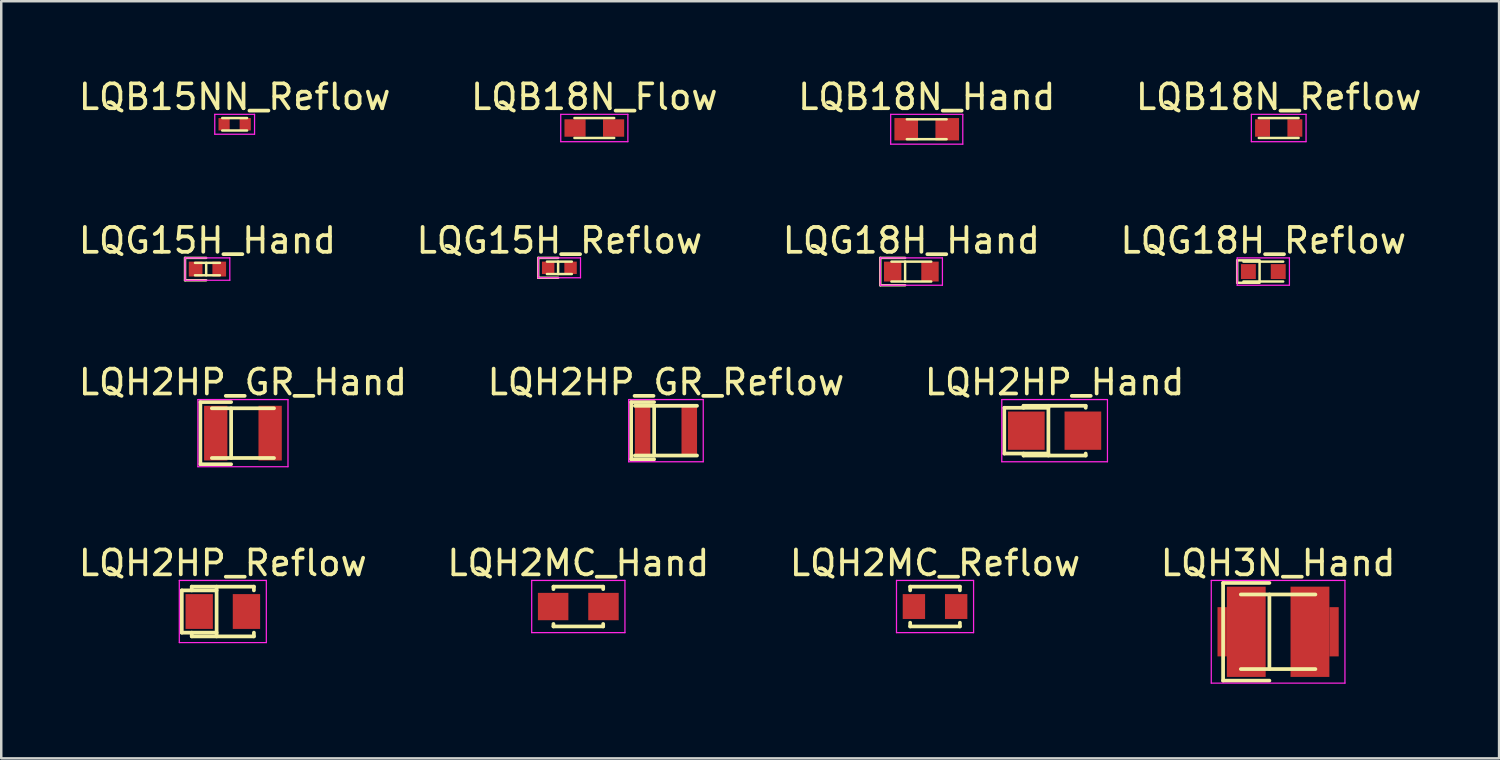
<source format=kicad_pcb>
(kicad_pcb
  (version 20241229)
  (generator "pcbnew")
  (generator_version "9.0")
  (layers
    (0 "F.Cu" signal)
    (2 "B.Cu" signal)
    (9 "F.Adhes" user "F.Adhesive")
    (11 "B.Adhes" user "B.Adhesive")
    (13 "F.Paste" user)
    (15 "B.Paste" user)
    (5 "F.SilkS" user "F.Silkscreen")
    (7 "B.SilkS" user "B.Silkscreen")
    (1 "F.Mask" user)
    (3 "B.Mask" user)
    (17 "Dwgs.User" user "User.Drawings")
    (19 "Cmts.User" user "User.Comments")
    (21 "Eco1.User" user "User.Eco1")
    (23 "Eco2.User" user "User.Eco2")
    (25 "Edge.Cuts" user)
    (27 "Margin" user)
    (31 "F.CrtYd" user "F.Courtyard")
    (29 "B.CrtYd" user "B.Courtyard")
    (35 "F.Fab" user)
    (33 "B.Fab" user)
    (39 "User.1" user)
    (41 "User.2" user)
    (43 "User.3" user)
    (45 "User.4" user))
  (footprint "LQH2MC_Hand"
    (layer "F.Cu")
    (at 20.208 21.343)
    (property "Reference" "LQH2MC_Hand" (at 0 -1.75 0) (layer "F.SilkS") (effects (font (size 1 1) (thickness 0.15))))
    (attr smd)
    (fp_line (start -1 -0.8) (end -1 -0.7) (stroke (width 0.15) (type solid)) (layer "F.SilkS"))
    (fp_line (start -1 -0.8) (end 1 -0.8) (stroke (width 0.15) (type solid)) (layer "F.SilkS"))
    (fp_line (start -1 0.7) (end -1 0.8) (stroke (width 0.15) (type solid)) (layer "F.SilkS"))
    (fp_line (start -1 0.8) (end 1 0.8) (stroke (width 0.15) (type solid)) (layer "F.SilkS"))
    (fp_line (start 1 -0.8) (end 1 -0.7) (stroke (width 0.15) (type solid)) (layer "F.SilkS"))
    (fp_line (start 1 0.7) (end 1 0.8) (stroke (width 0.15) (type solid)) (layer "F.SilkS"))
    (fp_line (start -1.875 -1.05) (end -1.875 1.05) (stroke (width 0.05) (type solid)) (layer "F.CrtYd"))
    (fp_line (start -1.875 -1.05) (end 1.875 -1.05) (stroke (width 0.05) (type solid)) (layer "F.CrtYd"))
    (fp_line (start -1.875 1.05) (end 1.875 1.05) (stroke (width 0.05) (type solid)) (layer "F.CrtYd"))
    (fp_line (start 1.875 -1.05) (end 1.875 1.05) (stroke (width 0.05) (type solid)) (layer "F.CrtYd"))
    (pad "1" smd rect (at -1.012 0) (size 1.225 1.1) (layers "F.Cu" "F.Mask" "F.Paste"))
    (pad "2" smd rect (at 1.012 0) (size 1.225 1.1) (layers "F.Cu" "F.Mask" "F.Paste")))
  (footprint "LQH2HP_Hand"
    (layer "F.Cu")
    (at 39.363 14.27)
    (property "Reference" "LQH2HP_Hand" (at 0 -1.95 0) (layer "F.SilkS") (effects (font (size 1 1) (thickness 0.15))))
    (attr smd)
    (fp_line (start -2.025 -0.92) (end -0.25 -0.92) (stroke (width 0.15) (type solid)) (layer "F.SilkS"))
    (fp_line (start -2.025 0.92) (end -2.025 -0.92) (stroke (width 0.15) (type solid)) (layer "F.SilkS"))
    (fp_line (start -2.025 0.92) (end -0.25 0.92) (stroke (width 0.15) (type solid)) (layer "F.SilkS"))
    (fp_line (start -1.25 -1) (end -1.25 -0.92) (stroke (width 0.15) (type solid)) (layer "F.SilkS"))
    (fp_line (start -1.25 -1) (end 1.25 -1) (stroke (width 0.15) (type solid)) (layer "F.SilkS"))
    (fp_line (start -1.25 0.92) (end -1.25 1) (stroke (width 0.15) (type solid)) (layer "F.SilkS"))
    (fp_line (start -1.25 1) (end 1.25 1) (stroke (width 0.15) (type solid)) (layer "F.SilkS"))
    (fp_line (start -0.25 -1) (end -0.25 1) (stroke (width 0.15) (type solid)) (layer "F.SilkS"))
    (fp_line (start 1.25 -1) (end 1.25 -0.92) (stroke (width 0.15) (type solid)) (layer "F.SilkS"))
    (fp_line (start 1.25 0.92) (end 1.25 1) (stroke (width 0.15) (type solid)) (layer "F.SilkS"))
    (fp_line (start -2.125 -1.25) (end -2.125 1.25) (stroke (width 0.05) (type solid)) (layer "F.CrtYd"))
    (fp_line (start -2.125 -1.25) (end 2.125 -1.25) (stroke (width 0.05) (type solid)) (layer "F.CrtYd"))
    (fp_line (start -2.125 1.25) (end 2.125 1.25) (stroke (width 0.05) (type solid)) (layer "F.CrtYd"))
    (fp_line (start 2.125 -1.25) (end 2.125 1.25) (stroke (width 0.05) (type solid)) (layer "F.CrtYd"))
    (pad "1" smd rect (at -1.137 0) (size 1.475 1.54) (layers "F.Cu" "F.Mask" "F.Paste"))
    (pad "2" smd rect (at 1.137 0) (size 1.475 1.54) (layers "F.Cu" "F.Mask" "F.Paste")))
  (footprint "LQB15NN_Reflow"
    (layer "F.Cu")
    (at 6.387 1.948)
    (property "Reference" "LQB15NN_Reflow" (at 0 -1.1 0) (layer "F.SilkS") (effects (font (size 1 1) (thickness 0.15))))
    (attr smd)
    (fp_line (start -0.5 -0.25) (end 0.5 -0.25) (stroke (width 0.1) (type solid)) (layer "F.SilkS"))
    (fp_line (start -0.5 0.25) (end 0.5 0.25) (stroke (width 0.1) (type solid)) (layer "F.SilkS"))
    (fp_line (start -0.8 -0.4) (end -0.8 0.4) (stroke (width 0.05) (type solid)) (layer "F.CrtYd"))
    (fp_line (start -0.8 -0.4) (end 0.8 -0.4) (stroke (width 0.05) (type solid)) (layer "F.CrtYd"))
    (fp_line (start -0.8 0.4) (end 0.8 0.4) (stroke (width 0.05) (type solid)) (layer "F.CrtYd"))
    (fp_line (start 0.8 -0.4) (end 0.8 0.4) (stroke (width 0.05) (type solid)) (layer "F.CrtYd"))
    (pad "1" smd rect (at -0.425 0) (size 0.45 0.5) (layers "F.Cu" "F.Mask" "F.Paste"))
    (pad "2" smd rect (at 0.425 0) (size 0.45 0.5) (layers "F.Cu" "F.Mask" "F.Paste")))
  (footprint "LQB18N_Hand"
    (layer "F.Cu")
    (at 34.22 2.148)
    (property "Reference" "LQB18N_Hand" (at 0 -1.3 0) (layer "F.SilkS") (effects (font (size 1 1) (thickness 0.15))))
    (attr smd)
    (fp_line (start -0.8 -0.4) (end 0.8 -0.4) (stroke (width 0.1) (type solid)) (layer "F.SilkS"))
    (fp_line (start -0.8 0.4) (end 0.8 0.4) (stroke (width 0.1) (type solid)) (layer "F.SilkS"))
    (fp_line (start -1.45 -0.6) (end -1.45 0.6) (stroke (width 0.05) (type solid)) (layer "F.CrtYd"))
    (fp_line (start -1.45 -0.6) (end 1.45 -0.6) (stroke (width 0.05) (type solid)) (layer "F.CrtYd"))
    (fp_line (start -1.45 0.6) (end 1.45 0.6) (stroke (width 0.05) (type solid)) (layer "F.CrtYd"))
    (fp_line (start 1.45 -0.6) (end 1.45 0.6) (stroke (width 0.05) (type solid)) (layer "F.CrtYd"))
    (pad "1" smd rect (at -0.825 0) (size 0.95 0.9) (layers "F.Cu" "F.Mask" "F.Paste"))
    (pad "2" smd rect (at 0.825 0) (size 0.95 0.9) (layers "F.Cu" "F.Mask" "F.Paste")))
  (footprint "LQG18H_Reflow"
    (layer "F.Cu")
    (at 47.756 7.872)
    (property "Reference" "LQG18H_Reflow" (at 0 -1.25 0) (layer "F.SilkS") (effects (font (size 1 1) (thickness 0.15))))
    (attr smd)
    (fp_line (start -1.05 -0.45) (end -0.15 -0.45) (stroke (width 0.1) (type solid)) (layer "F.SilkS"))
    (fp_line (start -1.05 0.45) (end -1.05 -0.45) (stroke (width 0.1) (type solid)) (layer "F.SilkS"))
    (fp_line (start -1.05 0.45) (end -0.15 0.45) (stroke (width 0.1) (type solid)) (layer "F.SilkS"))
    (fp_line (start -0.8 -0.4) (end 0.8 -0.4) (stroke (width 0.1) (type solid)) (layer "F.SilkS"))
    (fp_line (start -0.8 0.4) (end 0.8 0.4) (stroke (width 0.1) (type solid)) (layer "F.SilkS"))
    (fp_line (start -0.15 -0.4) (end -0.15 0.4) (stroke (width 0.1) (type solid)) (layer "F.SilkS"))
    (fp_line (start -1.05 -0.55) (end -1.05 0.55) (stroke (width 0.05) (type solid)) (layer "F.CrtYd"))
    (fp_line (start -1.05 -0.55) (end 1.05 -0.55) (stroke (width 0.05) (type solid)) (layer "F.CrtYd"))
    (fp_line (start -1.05 0.55) (end 1.05 0.55) (stroke (width 0.05) (type solid)) (layer "F.CrtYd"))
    (fp_line (start 1.05 -0.55) (end 1.05 0.55) (stroke (width 0.05) (type solid)) (layer "F.CrtYd"))
    (pad "1" smd rect (at -0.6 0) (size 0.6 0.6) (layers "F.Cu" "F.Mask" "F.Paste"))
    (pad "2" smd rect (at 0.6 0) (size 0.6 0.6) (layers "F.Cu" "F.Mask" "F.Paste")))
  (footprint "LQH2HP_GR_Hand"
    (layer "F.Cu")
    (at 6.72 14.37)
    (property "Reference" "LQH2HP_GR_Hand" (at 0 -2.05 0) (layer "F.SilkS") (effects (font (size 1 1) (thickness 0.15))))
    (attr smd)
    (fp_line (start -1.712 -1.25) (end -0.475 -1.25) (stroke (width 0.15) (type solid)) (layer "F.SilkS"))
    (fp_line (start -1.712 1.25) (end -1.712 -1.25) (stroke (width 0.15) (type solid)) (layer "F.SilkS"))
    (fp_line (start -1.712 1.25) (end -0.475 1.25) (stroke (width 0.15) (type solid)) (layer "F.SilkS"))
    (fp_line (start -1.25 -1) (end 1.25 -1) (stroke (width 0.15) (type solid)) (layer "F.SilkS"))
    (fp_line (start -1.25 1) (end 1.25 1) (stroke (width 0.15) (type solid)) (layer "F.SilkS"))
    (fp_line (start -0.475 -1) (end -0.475 1) (stroke (width 0.15) (type solid)) (layer "F.SilkS"))
    (fp_line (start -1.812 -1.35) (end -1.812 1.35) (stroke (width 0.05) (type solid)) (layer "F.CrtYd"))
    (fp_line (start -1.812 -1.35) (end 1.812 -1.35) (stroke (width 0.05) (type solid)) (layer "F.CrtYd"))
    (fp_line (start -1.812 1.35) (end 1.812 1.35) (stroke (width 0.05) (type solid)) (layer "F.CrtYd"))
    (fp_line (start 1.812 -1.35) (end 1.812 1.35) (stroke (width 0.05) (type solid)) (layer "F.CrtYd"))
    (pad "1" smd rect (at -1.094 0) (size 0.938 2.2) (layers "F.Cu" "F.Mask" "F.Paste"))
    (pad "2" smd rect (at 1.094 0) (size 0.938 2.2) (layers "F.Cu" "F.Mask" "F.Paste")))
  (footprint "LQH2HP_Reflow"
    (layer "F.Cu")
    (at 5.911 21.543)
    (property "Reference" "LQH2HP_Reflow" (at 0 -1.95 0) (layer "F.SilkS") (effects (font (size 1 1) (thickness 0.15))))
    (attr smd)
    (fp_line (start -1.65 -0.85) (end -0.25 -0.85) (stroke (width 0.15) (type solid)) (layer "F.SilkS"))
    (fp_line (start -1.65 0.85) (end -1.65 -0.85) (stroke (width 0.15) (type solid)) (layer "F.SilkS"))
    (fp_line (start -1.65 0.85) (end -0.25 0.85) (stroke (width 0.15) (type solid)) (layer "F.SilkS"))
    (fp_line (start -1.25 -1) (end -1.25 -0.85) (stroke (width 0.15) (type solid)) (layer "F.SilkS"))
    (fp_line (start -1.25 -1) (end 1.25 -1) (stroke (width 0.15) (type solid)) (layer "F.SilkS"))
    (fp_line (start -1.25 0.85) (end -1.25 1) (stroke (width 0.15) (type solid)) (layer "F.SilkS"))
    (fp_line (start -1.25 1) (end 1.25 1) (stroke (width 0.15) (type solid)) (layer "F.SilkS"))
    (fp_line (start -0.25 -1) (end -0.25 1) (stroke (width 0.15) (type solid)) (layer "F.SilkS"))
    (fp_line (start 1.25 -1) (end 1.25 -0.85) (stroke (width 0.15) (type solid)) (layer "F.SilkS"))
    (fp_line (start 1.25 0.85) (end 1.25 1) (stroke (width 0.15) (type solid)) (layer "F.SilkS"))
    (fp_line (start -1.75 -1.25) (end -1.75 1.25) (stroke (width 0.05) (type solid)) (layer "F.CrtYd"))
    (fp_line (start -1.75 -1.25) (end 1.75 -1.25) (stroke (width 0.05) (type solid)) (layer "F.CrtYd"))
    (fp_line (start -1.75 1.25) (end 1.75 1.25) (stroke (width 0.05) (type solid)) (layer "F.CrtYd"))
    (fp_line (start 1.75 -1.25) (end 1.75 1.25) (stroke (width 0.05) (type solid)) (layer "F.CrtYd"))
    (pad "1" smd rect (at -0.95 0) (size 1.1 1.4) (layers "F.Cu" "F.Mask" "F.Paste"))
    (pad "2" smd rect (at 0.95 0) (size 1.1 1.4) (layers "F.Cu" "F.Mask" "F.Paste")))
  (footprint "LQB18N_Reflow"
    (layer "F.Cu")
    (at 48.375 2.098)
    (property "Reference" "LQB18N_Reflow" (at 0 -1.25 0) (layer "F.SilkS") (effects (font (size 1 1) (thickness 0.15))))
    (attr smd)
    (fp_line (start -0.8 -0.4) (end 0.8 -0.4) (stroke (width 0.1) (type solid)) (layer "F.SilkS"))
    (fp_line (start -0.8 0.4) (end 0.8 0.4) (stroke (width 0.1) (type solid)) (layer "F.SilkS"))
    (fp_line (start -1.1 -0.55) (end -1.1 0.55) (stroke (width 0.05) (type solid)) (layer "F.CrtYd"))
    (fp_line (start -1.1 -0.55) (end 1.1 -0.55) (stroke (width 0.05) (type solid)) (layer "F.CrtYd"))
    (fp_line (start -1.1 0.55) (end 1.1 0.55) (stroke (width 0.05) (type solid)) (layer "F.CrtYd"))
    (fp_line (start 1.1 -0.55) (end 1.1 0.55) (stroke (width 0.05) (type solid)) (layer "F.CrtYd"))
    (pad "1" smd rect (at -0.65 0) (size 0.6 0.7) (layers "F.Cu" "F.Mask" "F.Paste"))
    (pad "2" smd rect (at 0.65 0) (size 0.6 0.7) (layers "F.Cu" "F.Mask" "F.Paste")))
  (footprint "LQH3N_Hand"
    (layer "F.Cu")
    (at 48.351 22.358)
    (property "Reference" "LQH3N_Hand" (at 0 -2.765 0) (layer "F.SilkS") (effects (font (size 1 1) (thickness 0.15))))
    (attr smd)
    (fp_line (start -2.212 -1.965) (end -0.35 -1.965) (stroke (width 0.15) (type solid)) (layer "F.SilkS"))
    (fp_line (start -2.212 1.965) (end -2.212 -1.965) (stroke (width 0.15) (type solid)) (layer "F.SilkS"))
    (fp_line (start -2.212 1.965) (end -0.35 1.965) (stroke (width 0.15) (type solid)) (layer "F.SilkS"))
    (fp_line (start -1.5 -1.5) (end 1.5 -1.5) (stroke (width 0.15) (type solid)) (layer "F.SilkS"))
    (fp_line (start -1.5 1.5) (end 1.5 1.5) (stroke (width 0.15) (type solid)) (layer "F.SilkS"))
    (fp_line (start -0.35 -1.5) (end -0.35 1.5) (stroke (width 0.15) (type solid)) (layer "F.SilkS"))
    (fp_line (start -2.688 -2.065) (end -2.688 2.065) (stroke (width 0.05) (type solid)) (layer "F.CrtYd"))
    (fp_line (start -2.688 -2.065) (end 2.688 -2.065) (stroke (width 0.05) (type solid)) (layer "F.CrtYd"))
    (fp_line (start -2.688 2.065) (end 2.688 2.065) (stroke (width 0.05) (type solid)) (layer "F.CrtYd"))
    (fp_line (start 2.688 -2.065) (end 2.688 2.065) (stroke (width 0.05) (type solid)) (layer "F.CrtYd"))
    (pad "1" smd rect (at -2.25 0) (size 0.375 1.98) (layers "F.Cu" "F.Mask" "F.Paste"))
    (pad "1" smd rect (at -1.281 0) (size 1.562 3.63) (layers "F.Cu" "F.Mask" "F.Paste"))
    (pad "2" smd rect (at 1.281 0) (size 1.562 3.63) (layers "F.Cu" "F.Mask" "F.Paste"))
    (pad "2" smd rect (at 2.25 0) (size 0.375 1.98) (layers "F.Cu" "F.Mask" "F.Paste")))
  (footprint "LQH2HP_GR_Reflow"
    (layer "F.Cu")
    (at 23.732 14.27)
    (property "Reference" "LQH2HP_GR_Reflow" (at 0 -1.95 0) (layer "F.SilkS") (effects (font (size 1 1) (thickness 0.15))))
    (attr smd)
    (fp_line (start -1.4 -1.15) (end -0.475 -1.15) (stroke (width 0.15) (type solid)) (layer "F.SilkS"))
    (fp_line (start -1.4 1.15) (end -1.4 -1.15) (stroke (width 0.15) (type solid)) (layer "F.SilkS"))
    (fp_line (start -1.4 1.15) (end -0.475 1.15) (stroke (width 0.15) (type solid)) (layer "F.SilkS"))
    (fp_line (start -1.25 -1) (end 1.25 -1) (stroke (width 0.15) (type solid)) (layer "F.SilkS"))
    (fp_line (start -1.25 1) (end 1.25 1) (stroke (width 0.15) (type solid)) (layer "F.SilkS"))
    (fp_line (start -0.475 -1) (end -0.475 1) (stroke (width 0.15) (type solid)) (layer "F.SilkS"))
    (fp_line (start -1.5 -1.25) (end -1.5 1.25) (stroke (width 0.05) (type solid)) (layer "F.CrtYd"))
    (fp_line (start -1.5 -1.25) (end 1.5 -1.25) (stroke (width 0.05) (type solid)) (layer "F.CrtYd"))
    (fp_line (start -1.5 1.25) (end 1.5 1.25) (stroke (width 0.05) (type solid)) (layer "F.CrtYd"))
    (fp_line (start 1.5 -1.25) (end 1.5 1.25) (stroke (width 0.05) (type solid)) (layer "F.CrtYd"))
    (pad "1" smd rect (at -0.938 0) (size 0.625 2) (layers "F.Cu" "F.Mask" "F.Paste"))
    (pad "2" smd rect (at 0.938 0) (size 0.625 2) (layers "F.Cu" "F.Mask" "F.Paste")))
  (footprint "LQG18H_Hand"
    (layer "F.Cu")
    (at 33.601 7.872)
    (property "Reference" "LQG18H_Hand" (at 0 -1.25 0) (layer "F.SilkS") (effects (font (size 1 1) (thickness 0.15))))
    (attr smd)
    (fp_line (start -1.25 -0.55) (end -0.25 -0.55) (stroke (width 0.1) (type solid)) (layer "F.SilkS"))
    (fp_line (start -1.25 0.55) (end -1.25 -0.55) (stroke (width 0.1) (type solid)) (layer "F.SilkS"))
    (fp_line (start -1.25 0.55) (end -0.25 0.55) (stroke (width 0.1) (type solid)) (layer "F.SilkS"))
    (fp_line (start -0.8 -0.4) (end 0.8 -0.4) (stroke (width 0.1) (type solid)) (layer "F.SilkS"))
    (fp_line (start -0.8 0.4) (end 0.8 0.4) (stroke (width 0.1) (type solid)) (layer "F.SilkS"))
    (fp_line (start -0.25 -0.4) (end -0.25 0.4) (stroke (width 0.1) (type solid)) (layer "F.SilkS"))
    (fp_line (start -1.25 -0.55) (end -1.25 0.55) (stroke (width 0.05) (type solid)) (layer "F.CrtYd"))
    (fp_line (start -1.25 -0.55) (end 1.25 -0.55) (stroke (width 0.05) (type solid)) (layer "F.CrtYd"))
    (fp_line (start -1.25 0.55) (end 1.25 0.55) (stroke (width 0.05) (type solid)) (layer "F.CrtYd"))
    (fp_line (start 1.25 -0.55) (end 1.25 0.55) (stroke (width 0.05) (type solid)) (layer "F.CrtYd"))
    (pad "1" smd rect (at -0.75 0) (size 0.7 0.8) (layers "F.Cu" "F.Mask" "F.Paste"))
    (pad "2" smd rect (at 0.75 0) (size 0.7 0.8) (layers "F.Cu" "F.Mask" "F.Paste")))
  (footprint "LQB18N_Flow"
    (layer "F.Cu")
    (at 20.851 2.098)
    (property "Reference" "LQB18N_Flow" (at 0 -1.25 0) (layer "F.SilkS") (effects (font (size 1 1) (thickness 0.15))))
    (attr smd)
    (fp_line (start -0.8 -0.4) (end 0.8 -0.4) (stroke (width 0.1) (type solid)) (layer "F.SilkS"))
    (fp_line (start -0.8 0.4) (end 0.8 0.4) (stroke (width 0.1) (type solid)) (layer "F.SilkS"))
    (fp_line (start -1.35 -0.55) (end -1.35 0.55) (stroke (width 0.05) (type solid)) (layer "F.CrtYd"))
    (fp_line (start -1.35 -0.55) (end 1.35 -0.55) (stroke (width 0.05) (type solid)) (layer "F.CrtYd"))
    (fp_line (start -1.35 0.55) (end 1.35 0.55) (stroke (width 0.05) (type solid)) (layer "F.CrtYd"))
    (fp_line (start 1.35 -0.55) (end 1.35 0.55) (stroke (width 0.05) (type solid)) (layer "F.CrtYd"))
    (pad "1" smd rect (at -0.775 0) (size 0.85 0.7) (layers "F.Cu" "F.Mask" "F.Paste"))
    (pad "2" smd rect (at 0.775 0) (size 0.85 0.7) (layers "F.Cu" "F.Mask" "F.Paste")))
  (footprint "LQH2MC_Reflow"
    (layer "F.Cu")
    (at 34.554 21.343)
    (property "Reference" "LQH2MC_Reflow" (at 0 -1.75 0) (layer "F.SilkS") (effects (font (size 1 1) (thickness 0.15))))
    (attr smd)
    (fp_line (start -1 -0.8) (end -1 -0.65) (stroke (width 0.15) (type solid)) (layer "F.SilkS"))
    (fp_line (start -1 -0.8) (end 1 -0.8) (stroke (width 0.15) (type solid)) (layer "F.SilkS"))
    (fp_line (start -1 0.65) (end -1 0.8) (stroke (width 0.15) (type solid)) (layer "F.SilkS"))
    (fp_line (start -1 0.8) (end 1 0.8) (stroke (width 0.15) (type solid)) (layer "F.SilkS"))
    (fp_line (start 1 -0.8) (end 1 -0.65) (stroke (width 0.15) (type solid)) (layer "F.SilkS"))
    (fp_line (start 1 0.65) (end 1 0.8) (stroke (width 0.15) (type solid)) (layer "F.SilkS"))
    (fp_line (start -1.55 -1.05) (end -1.55 1.05) (stroke (width 0.05) (type solid)) (layer "F.CrtYd"))
    (fp_line (start -1.55 -1.05) (end 1.55 -1.05) (stroke (width 0.05) (type solid)) (layer "F.CrtYd"))
    (fp_line (start -1.55 1.05) (end 1.55 1.05) (stroke (width 0.05) (type solid)) (layer "F.CrtYd"))
    (fp_line (start 1.55 -1.05) (end 1.55 1.05) (stroke (width 0.05) (type solid)) (layer "F.CrtYd"))
    (pad "1" smd rect (at -0.85 0) (size 0.9 1) (layers "F.Cu" "F.Mask" "F.Paste"))
    (pad "2" smd rect (at 0.85 0) (size 0.9 1) (layers "F.Cu" "F.Mask" "F.Paste")))
  (footprint "LQG15H_Hand"
    (layer "F.Cu")
    (at 5.292 7.771)
    (property "Reference" "LQG15H_Hand" (at 0 -1.15 0) (layer "F.SilkS") (effects (font (size 1 1) (thickness 0.15))))
    (attr smd)
    (fp_line (start -0.9 -0.45) (end -0.05 -0.45) (stroke (width 0.1) (type solid)) (layer "F.SilkS"))
    (fp_line (start -0.9 0.45) (end -0.9 -0.45) (stroke (width 0.1) (type solid)) (layer "F.SilkS"))
    (fp_line (start -0.9 0.45) (end -0.05 0.45) (stroke (width 0.1) (type solid)) (layer "F.SilkS"))
    (fp_line (start -0.5 -0.25) (end 0.5 -0.25) (stroke (width 0.1) (type solid)) (layer "F.SilkS"))
    (fp_line (start -0.5 0.25) (end 0.5 0.25) (stroke (width 0.1) (type solid)) (layer "F.SilkS"))
    (fp_line (start -0.05 -0.25) (end -0.05 0.25) (stroke (width 0.1) (type solid)) (layer "F.SilkS"))
    (fp_line (start -0.9 -0.45) (end -0.9 0.45) (stroke (width 0.05) (type solid)) (layer "F.CrtYd"))
    (fp_line (start -0.9 -0.45) (end 0.9 -0.45) (stroke (width 0.05) (type solid)) (layer "F.CrtYd"))
    (fp_line (start -0.9 0.45) (end 0.9 0.45) (stroke (width 0.05) (type solid)) (layer "F.CrtYd"))
    (fp_line (start 0.9 -0.45) (end 0.9 0.45) (stroke (width 0.05) (type solid)) (layer "F.CrtYd"))
    (pad "1" smd rect (at -0.475 0) (size 0.55 0.6) (layers "F.Cu" "F.Mask" "F.Paste"))
    (pad "2" smd rect (at 0.475 0) (size 0.55 0.6) (layers "F.Cu" "F.Mask" "F.Paste")))
  (footprint "LQG15H_Reflow"
    (layer "F.Cu")
    (at 19.446 7.721)
    (property "Reference" "LQG15H_Reflow" (at 0 -1.1 0) (layer "F.SilkS") (effects (font (size 1 1) (thickness 0.15))))
    (attr smd)
    (fp_line (start -0.85 -0.4) (end -0.05 -0.4) (stroke (width 0.1) (type solid)) (layer "F.SilkS"))
    (fp_line (start -0.85 0.4) (end -0.85 -0.4) (stroke (width 0.1) (type solid)) (layer "F.SilkS"))
    (fp_line (start -0.85 0.4) (end -0.05 0.4) (stroke (width 0.1) (type solid)) (layer "F.SilkS"))
    (fp_line (start -0.5 -0.25) (end 0.5 -0.25) (stroke (width 0.1) (type solid)) (layer "F.SilkS"))
    (fp_line (start -0.5 0.25) (end 0.5 0.25) (stroke (width 0.1) (type solid)) (layer "F.SilkS"))
    (fp_line (start -0.05 -0.25) (end -0.05 0.25) (stroke (width 0.1) (type solid)) (layer "F.SilkS"))
    (fp_line (start -0.85 -0.4) (end -0.85 0.4) (stroke (width 0.05) (type solid)) (layer "F.CrtYd"))
    (fp_line (start -0.85 -0.4) (end 0.85 -0.4) (stroke (width 0.05) (type solid)) (layer "F.CrtYd"))
    (fp_line (start -0.85 0.4) (end 0.85 0.4) (stroke (width 0.05) (type solid)) (layer "F.CrtYd"))
    (fp_line (start 0.85 -0.4) (end 0.85 0.4) (stroke (width 0.05) (type solid)) (layer "F.CrtYd"))
    (pad "1" smd rect (at -0.45 0) (size 0.5 0.5) (layers "F.Cu" "F.Mask" "F.Paste"))
    (pad "2" smd rect (at 0.45 0) (size 0.5 0.5) (layers "F.Cu" "F.Mask" "F.Paste")))
  (gr_rect
    (start -3 -3)
    (end 57.238 27.448)
    (stroke (width 0.1) (type default))
    (fill no)
    (layer "Edge.Cuts")))
</source>
